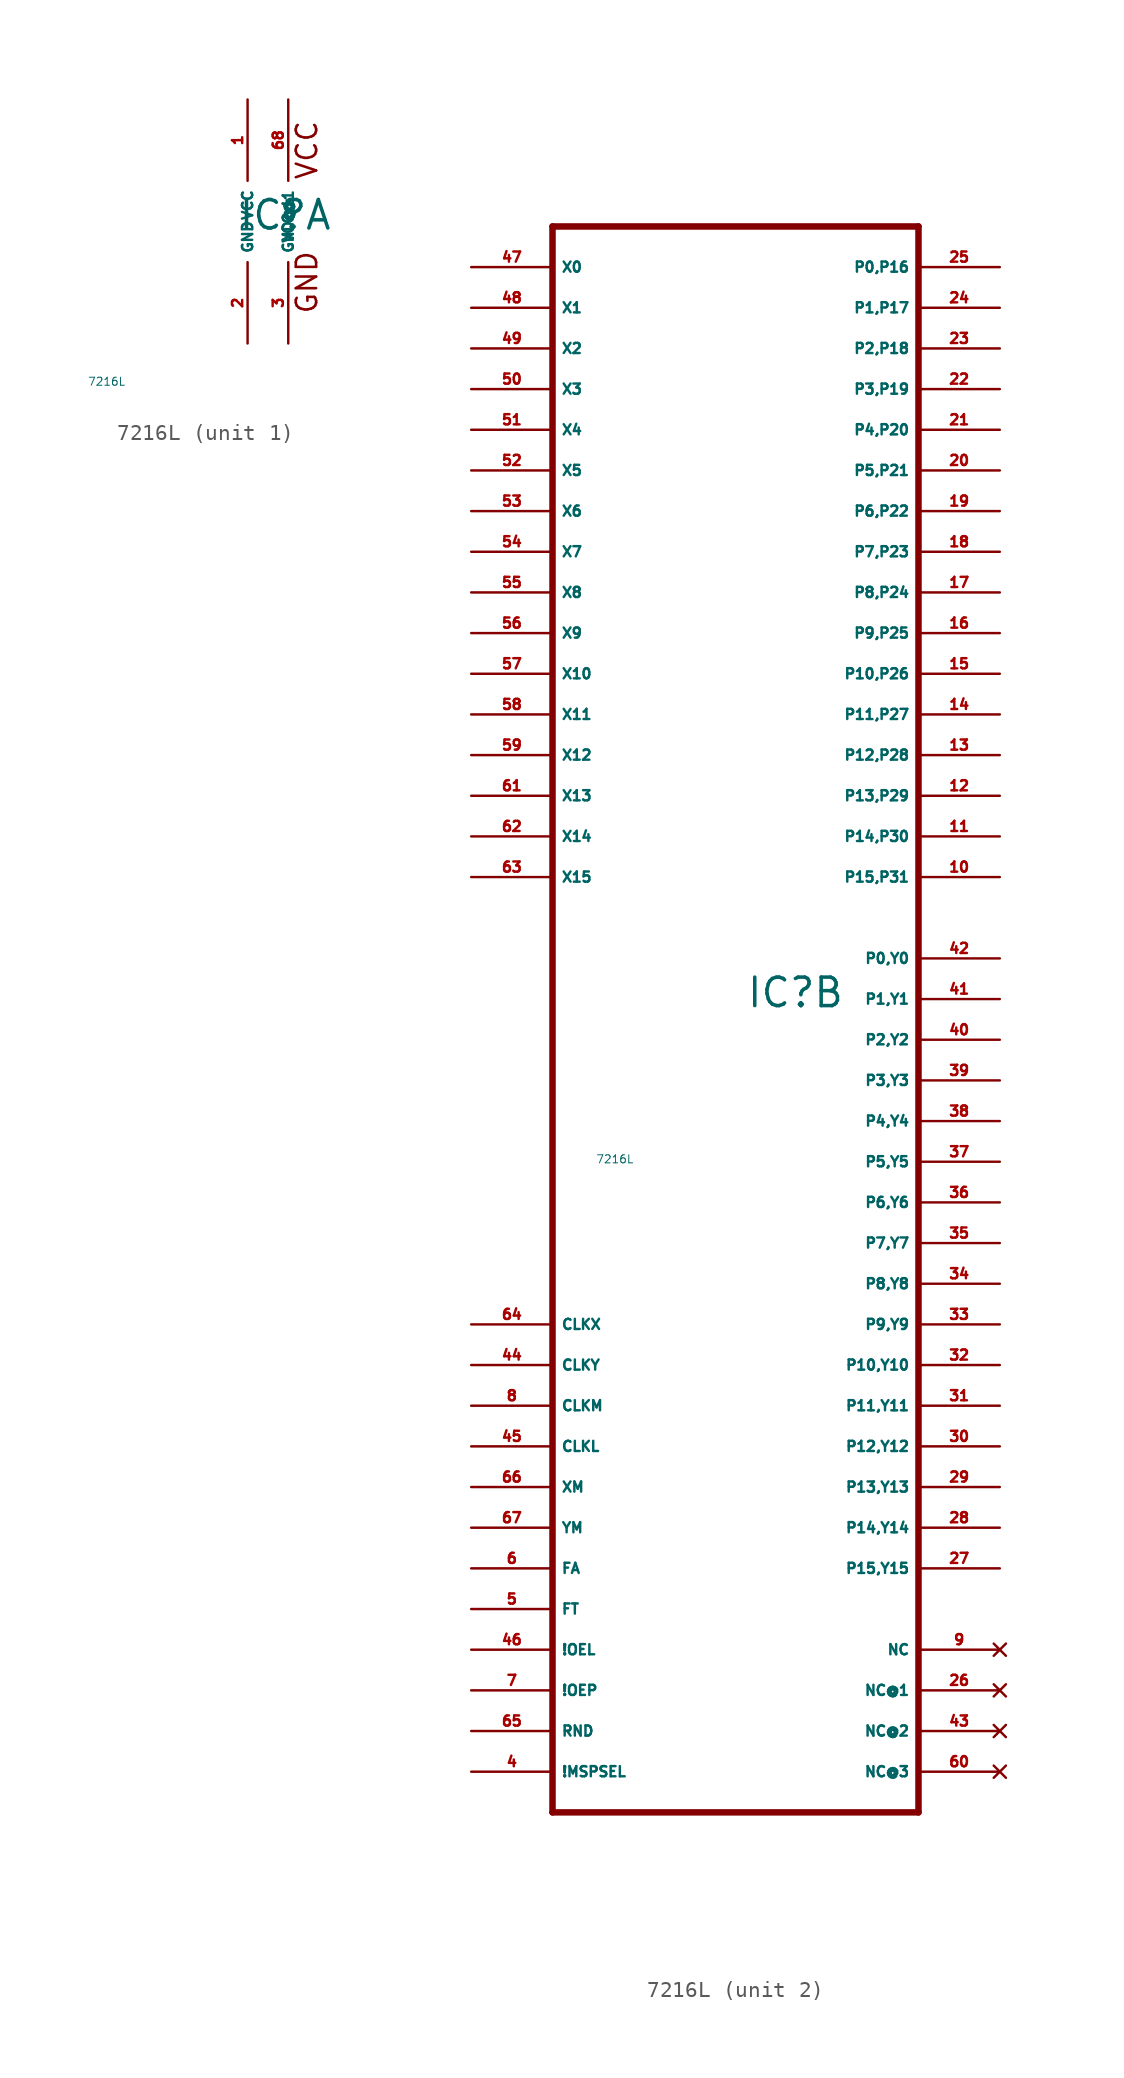
<source format=kicad_sym>
(kicad_symbol_lib
  (version 20220914)
  (generator Eagle2Kicad)
  (symbol "7216L"
    (property "Reference" "IC"
      (at -0.635 -0.635 0)
      (effects (font (size 1.778 1.778) (thickness 0.22)) (justify left bottom)))
    (property "Value" "7216L"
      (at -10 -10 0)
      (effects (font (size 0.5 0.5) (thickness 0.06)) (justify left)))
    (symbol "7216L_1_0"
      (text "VCC" (at 4.445 2.54 900) (effects (font (size 1.27 1.27) (thickness 0.16)) (justify left bottom)))
      (text "GND" (at 4.445 -5.842 900) (effects (font (size 1.27 1.27) (thickness 0.16)) (justify left bottom)))
      (pin unspecified line (at 0 7.62 270) (length 5.08) (name "VCC" (effects (font (size 0.635 0.635) (thickness 0.08)) (justify left bottom))) (number "1" (effects (font (size 0.635 0.635) (thickness 0.08)) (justify left bottom))))
      (pin unspecified line (at 0 -7.62 90) (length 5.08) (name "GND" (effects (font (size 0.635 0.635) (thickness 0.08)) (justify left bottom))) (number "2" (effects (font (size 0.635 0.635) (thickness 0.08)) (justify left bottom))))
      (pin unspecified line (at 2.54 7.62 270) (length 5.08) (name "VCC@1" (effects (font (size 0.635 0.635) (thickness 0.08)) (justify left bottom))) (number "68" (effects (font (size 0.635 0.635) (thickness 0.08)) (justify left bottom))))
      (pin unspecified line (at 2.54 -7.62 90) (length 5.08) (name "GND@1" (effects (font (size 0.635 0.635) (thickness 0.08)) (justify left bottom))) (number "3" (effects (font (size 0.635 0.635) (thickness 0.08)) (justify left bottom)))))
    (symbol "7216L_2_0"
      (polyline (pts (xy -12.7 -50.8) (xy 10.16 -50.8)) (stroke (width 0.406) (type default)) (fill (type none)))
      (polyline (pts (xy 10.16 -50.8) (xy 10.16 48.26)) (stroke (width 0.406) (type default)) (fill (type none)))
      (polyline (pts (xy 10.16 48.26) (xy -12.7 48.26)) (stroke (width 0.406) (type default)) (fill (type none)))
      (polyline (pts (xy -12.7 48.26) (xy -12.7 -50.8)) (stroke (width 0.406) (type default)) (fill (type none)))
      (pin input line (at -17.78 45.72 0) (length 5.08) (name "X0" (effects (font (size 0.635 0.635) (thickness 0.08)) (justify left bottom))) (number "47" (effects (font (size 0.635 0.635) (thickness 0.08)) (justify left bottom))))
      (pin input line (at -17.78 43.18 0) (length 5.08) (name "X1" (effects (font (size 0.635 0.635) (thickness 0.08)) (justify left bottom))) (number "48" (effects (font (size 0.635 0.635) (thickness 0.08)) (justify left bottom))))
      (pin input line (at -17.78 40.64 0) (length 5.08) (name "X2" (effects (font (size 0.635 0.635) (thickness 0.08)) (justify left bottom))) (number "49" (effects (font (size 0.635 0.635) (thickness 0.08)) (justify left bottom))))
      (pin input line (at -17.78 38.1 0) (length 5.08) (name "X3" (effects (font (size 0.635 0.635) (thickness 0.08)) (justify left bottom))) (number "50" (effects (font (size 0.635 0.635) (thickness 0.08)) (justify left bottom))))
      (pin input line (at -17.78 35.56 0) (length 5.08) (name "X4" (effects (font (size 0.635 0.635) (thickness 0.08)) (justify left bottom))) (number "51" (effects (font (size 0.635 0.635) (thickness 0.08)) (justify left bottom))))
      (pin input line (at -17.78 33.02 0) (length 5.08) (name "X5" (effects (font (size 0.635 0.635) (thickness 0.08)) (justify left bottom))) (number "52" (effects (font (size 0.635 0.635) (thickness 0.08)) (justify left bottom))))
      (pin input line (at -17.78 30.48 0) (length 5.08) (name "X6" (effects (font (size 0.635 0.635) (thickness 0.08)) (justify left bottom))) (number "53" (effects (font (size 0.635 0.635) (thickness 0.08)) (justify left bottom))))
      (pin input line (at -17.78 27.94 0) (length 5.08) (name "X7" (effects (font (size 0.635 0.635) (thickness 0.08)) (justify left bottom))) (number "54" (effects (font (size 0.635 0.635) (thickness 0.08)) (justify left bottom))))
      (pin input line (at -17.78 25.4 0) (length 5.08) (name "X8" (effects (font (size 0.635 0.635) (thickness 0.08)) (justify left bottom))) (number "55" (effects (font (size 0.635 0.635) (thickness 0.08)) (justify left bottom))))
      (pin input line (at -17.78 22.86 0) (length 5.08) (name "X9" (effects (font (size 0.635 0.635) (thickness 0.08)) (justify left bottom))) (number "56" (effects (font (size 0.635 0.635) (thickness 0.08)) (justify left bottom))))
      (pin input line (at -17.78 20.32 0) (length 5.08) (name "X10" (effects (font (size 0.635 0.635) (thickness 0.08)) (justify left bottom))) (number "57" (effects (font (size 0.635 0.635) (thickness 0.08)) (justify left bottom))))
      (pin input line (at -17.78 17.78 0) (length 5.08) (name "X11" (effects (font (size 0.635 0.635) (thickness 0.08)) (justify left bottom))) (number "58" (effects (font (size 0.635 0.635) (thickness 0.08)) (justify left bottom))))
      (pin input line (at -17.78 15.24 0) (length 5.08) (name "X12" (effects (font (size 0.635 0.635) (thickness 0.08)) (justify left bottom))) (number "59" (effects (font (size 0.635 0.635) (thickness 0.08)) (justify left bottom))))
      (pin input line (at -17.78 12.7 0) (length 5.08) (name "X13" (effects (font (size 0.635 0.635) (thickness 0.08)) (justify left bottom))) (number "61" (effects (font (size 0.635 0.635) (thickness 0.08)) (justify left bottom))))
      (pin input line (at -17.78 10.16 0) (length 5.08) (name "X14" (effects (font (size 0.635 0.635) (thickness 0.08)) (justify left bottom))) (number "62" (effects (font (size 0.635 0.635) (thickness 0.08)) (justify left bottom))))
      (pin input line (at -17.78 7.62 0) (length 5.08) (name "X15" (effects (font (size 0.635 0.635) (thickness 0.08)) (justify left bottom))) (number "63" (effects (font (size 0.635 0.635) (thickness 0.08)) (justify left bottom))))
      (pin bidirectional line (at 15.24 -35.56 180) (length 5.08) (name "P15,Y15" (effects (font (size 0.635 0.635) (thickness 0.08)) (justify left bottom))) (number "27" (effects (font (size 0.635 0.635) (thickness 0.08)) (justify left bottom))))
      (pin bidirectional line (at 15.24 -33.02 180) (length 5.08) (name "P14,Y14" (effects (font (size 0.635 0.635) (thickness 0.08)) (justify left bottom))) (number "28" (effects (font (size 0.635 0.635) (thickness 0.08)) (justify left bottom))))
      (pin bidirectional line (at 15.24 -30.48 180) (length 5.08) (name "P13,Y13" (effects (font (size 0.635 0.635) (thickness 0.08)) (justify left bottom))) (number "29" (effects (font (size 0.635 0.635) (thickness 0.08)) (justify left bottom))))
      (pin bidirectional line (at 15.24 -27.94 180) (length 5.08) (name "P12,Y12" (effects (font (size 0.635 0.635) (thickness 0.08)) (justify left bottom))) (number "30" (effects (font (size 0.635 0.635) (thickness 0.08)) (justify left bottom))))
      (pin bidirectional line (at 15.24 -25.4 180) (length 5.08) (name "P11,Y11" (effects (font (size 0.635 0.635) (thickness 0.08)) (justify left bottom))) (number "31" (effects (font (size 0.635 0.635) (thickness 0.08)) (justify left bottom))))
      (pin bidirectional line (at 15.24 -22.86 180) (length 5.08) (name "P10,Y10" (effects (font (size 0.635 0.635) (thickness 0.08)) (justify left bottom))) (number "32" (effects (font (size 0.635 0.635) (thickness 0.08)) (justify left bottom))))
      (pin bidirectional line (at 15.24 -20.32 180) (length 5.08) (name "P9,Y9" (effects (font (size 0.635 0.635) (thickness 0.08)) (justify left bottom))) (number "33" (effects (font (size 0.635 0.635) (thickness 0.08)) (justify left bottom))))
      (pin bidirectional line (at 15.24 -17.78 180) (length 5.08) (name "P8,Y8" (effects (font (size 0.635 0.635) (thickness 0.08)) (justify left bottom))) (number "34" (effects (font (size 0.635 0.635) (thickness 0.08)) (justify left bottom))))
      (pin bidirectional line (at 15.24 -15.24 180) (length 5.08) (name "P7,Y7" (effects (font (size 0.635 0.635) (thickness 0.08)) (justify left bottom))) (number "35" (effects (font (size 0.635 0.635) (thickness 0.08)) (justify left bottom))))
      (pin bidirectional line (at 15.24 -12.7 180) (length 5.08) (name "P6,Y6" (effects (font (size 0.635 0.635) (thickness 0.08)) (justify left bottom))) (number "36" (effects (font (size 0.635 0.635) (thickness 0.08)) (justify left bottom))))
      (pin bidirectional line (at 15.24 -10.16 180) (length 5.08) (name "P5,Y5" (effects (font (size 0.635 0.635) (thickness 0.08)) (justify left bottom))) (number "37" (effects (font (size 0.635 0.635) (thickness 0.08)) (justify left bottom))))
      (pin bidirectional line (at 15.24 -7.62 180) (length 5.08) (name "P4,Y4" (effects (font (size 0.635 0.635) (thickness 0.08)) (justify left bottom))) (number "38" (effects (font (size 0.635 0.635) (thickness 0.08)) (justify left bottom))))
      (pin bidirectional line (at 15.24 -5.08 180) (length 5.08) (name "P3,Y3" (effects (font (size 0.635 0.635) (thickness 0.08)) (justify left bottom))) (number "39" (effects (font (size 0.635 0.635) (thickness 0.08)) (justify left bottom))))
      (pin bidirectional line (at 15.24 -2.54 180) (length 5.08) (name "P2,Y2" (effects (font (size 0.635 0.635) (thickness 0.08)) (justify left bottom))) (number "40" (effects (font (size 0.635 0.635) (thickness 0.08)) (justify left bottom))))
      (pin bidirectional line (at 15.24 0 180) (length 5.08) (name "P1,Y1" (effects (font (size 0.635 0.635) (thickness 0.08)) (justify left bottom))) (number "41" (effects (font (size 0.635 0.635) (thickness 0.08)) (justify left bottom))))
      (pin bidirectional line (at 15.24 2.54 180) (length 5.08) (name "P0,Y0" (effects (font (size 0.635 0.635) (thickness 0.08)) (justify left bottom))) (number "42" (effects (font (size 0.635 0.635) (thickness 0.08)) (justify left bottom))))
      (pin input line (at -17.78 -20.32 0) (length 5.08) (name "CLKX" (effects (font (size 0.635 0.635) (thickness 0.08)) (justify left bottom))) (number "64" (effects (font (size 0.635 0.635) (thickness 0.08)) (justify left bottom))))
      (pin input line (at -17.78 -22.86 0) (length 5.08) (name "CLKY" (effects (font (size 0.635 0.635) (thickness 0.08)) (justify left bottom))) (number "44" (effects (font (size 0.635 0.635) (thickness 0.08)) (justify left bottom))))
      (pin input line (at -17.78 -25.4 0) (length 5.08) (name "CLKM" (effects (font (size 0.635 0.635) (thickness 0.08)) (justify left bottom))) (number "8" (effects (font (size 0.635 0.635) (thickness 0.08)) (justify left bottom))))
      (pin input line (at -17.78 -27.94 0) (length 5.08) (name "CLKL" (effects (font (size 0.635 0.635) (thickness 0.08)) (justify left bottom))) (number "45" (effects (font (size 0.635 0.635) (thickness 0.08)) (justify left bottom))))
      (pin input line (at -17.78 -30.48 0) (length 5.08) (name "XM" (effects (font (size 0.635 0.635) (thickness 0.08)) (justify left bottom))) (number "66" (effects (font (size 0.635 0.635) (thickness 0.08)) (justify left bottom))))
      (pin input line (at -17.78 -33.02 0) (length 5.08) (name "YM" (effects (font (size 0.635 0.635) (thickness 0.08)) (justify left bottom))) (number "67" (effects (font (size 0.635 0.635) (thickness 0.08)) (justify left bottom))))
      (pin input line (at -17.78 -35.56 0) (length 5.08) (name "FA" (effects (font (size 0.635 0.635) (thickness 0.08)) (justify left bottom))) (number "6" (effects (font (size 0.635 0.635) (thickness 0.08)) (justify left bottom))))
      (pin input line (at -17.78 -38.1 0) (length 5.08) (name "FT" (effects (font (size 0.635 0.635) (thickness 0.08)) (justify left bottom))) (number "5" (effects (font (size 0.635 0.635) (thickness 0.08)) (justify left bottom))))
      (pin input line (at -17.78 -40.64 0) (length 5.08) (name "!OEL" (effects (font (size 0.635 0.635) (thickness 0.08)) (justify left bottom))) (number "46" (effects (font (size 0.635 0.635) (thickness 0.08)) (justify left bottom))))
      (pin input line (at -17.78 -43.18 0) (length 5.08) (name "!OEP" (effects (font (size 0.635 0.635) (thickness 0.08)) (justify left bottom))) (number "7" (effects (font (size 0.635 0.635) (thickness 0.08)) (justify left bottom))))
      (pin input line (at -17.78 -45.72 0) (length 5.08) (name "RND" (effects (font (size 0.635 0.635) (thickness 0.08)) (justify left bottom))) (number "65" (effects (font (size 0.635 0.635) (thickness 0.08)) (justify left bottom))))
      (pin input line (at -17.78 -48.26 0) (length 5.08) (name "!MSPSEL" (effects (font (size 0.635 0.635) (thickness 0.08)) (justify left bottom))) (number "4" (effects (font (size 0.635 0.635) (thickness 0.08)) (justify left bottom))))
      (pin output line (at 15.24 45.72 180) (length 5.08) (name "P0,P16" (effects (font (size 0.635 0.635) (thickness 0.08)) (justify left bottom))) (number "25" (effects (font (size 0.635 0.635) (thickness 0.08)) (justify left bottom))))
      (pin output line (at 15.24 43.18 180) (length 5.08) (name "P1,P17" (effects (font (size 0.635 0.635) (thickness 0.08)) (justify left bottom))) (number "24" (effects (font (size 0.635 0.635) (thickness 0.08)) (justify left bottom))))
      (pin output line (at 15.24 40.64 180) (length 5.08) (name "P2,P18" (effects (font (size 0.635 0.635) (thickness 0.08)) (justify left bottom))) (number "23" (effects (font (size 0.635 0.635) (thickness 0.08)) (justify left bottom))))
      (pin output line (at 15.24 38.1 180) (length 5.08) (name "P3,P19" (effects (font (size 0.635 0.635) (thickness 0.08)) (justify left bottom))) (number "22" (effects (font (size 0.635 0.635) (thickness 0.08)) (justify left bottom))))
      (pin output line (at 15.24 35.56 180) (length 5.08) (name "P4,P20" (effects (font (size 0.635 0.635) (thickness 0.08)) (justify left bottom))) (number "21" (effects (font (size 0.635 0.635) (thickness 0.08)) (justify left bottom))))
      (pin output line (at 15.24 33.02 180) (length 5.08) (name "P5,P21" (effects (font (size 0.635 0.635) (thickness 0.08)) (justify left bottom))) (number "20" (effects (font (size 0.635 0.635) (thickness 0.08)) (justify left bottom))))
      (pin output line (at 15.24 30.48 180) (length 5.08) (name "P6,P22" (effects (font (size 0.635 0.635) (thickness 0.08)) (justify left bottom))) (number "19" (effects (font (size 0.635 0.635) (thickness 0.08)) (justify left bottom))))
      (pin output line (at 15.24 27.94 180) (length 5.08) (name "P7,P23" (effects (font (size 0.635 0.635) (thickness 0.08)) (justify left bottom))) (number "18" (effects (font (size 0.635 0.635) (thickness 0.08)) (justify left bottom))))
      (pin output line (at 15.24 25.4 180) (length 5.08) (name "P8,P24" (effects (font (size 0.635 0.635) (thickness 0.08)) (justify left bottom))) (number "17" (effects (font (size 0.635 0.635) (thickness 0.08)) (justify left bottom))))
      (pin output line (at 15.24 22.86 180) (length 5.08) (name "P9,P25" (effects (font (size 0.635 0.635) (thickness 0.08)) (justify left bottom))) (number "16" (effects (font (size 0.635 0.635) (thickness 0.08)) (justify left bottom))))
      (pin output line (at 15.24 20.32 180) (length 5.08) (name "P10,P26" (effects (font (size 0.635 0.635) (thickness 0.08)) (justify left bottom))) (number "15" (effects (font (size 0.635 0.635) (thickness 0.08)) (justify left bottom))))
      (pin output line (at 15.24 17.78 180) (length 5.08) (name "P11,P27" (effects (font (size 0.635 0.635) (thickness 0.08)) (justify left bottom))) (number "14" (effects (font (size 0.635 0.635) (thickness 0.08)) (justify left bottom))))
      (pin output line (at 15.24 15.24 180) (length 5.08) (name "P12,P28" (effects (font (size 0.635 0.635) (thickness 0.08)) (justify left bottom))) (number "13" (effects (font (size 0.635 0.635) (thickness 0.08)) (justify left bottom))))
      (pin output line (at 15.24 12.7 180) (length 5.08) (name "P13,P29" (effects (font (size 0.635 0.635) (thickness 0.08)) (justify left bottom))) (number "12" (effects (font (size 0.635 0.635) (thickness 0.08)) (justify left bottom))))
      (pin output line (at 15.24 10.16 180) (length 5.08) (name "P14,P30" (effects (font (size 0.635 0.635) (thickness 0.08)) (justify left bottom))) (number "11" (effects (font (size 0.635 0.635) (thickness 0.08)) (justify left bottom))))
      (pin output line (at 15.24 7.62 180) (length 5.08) (name "P15,P31" (effects (font (size 0.635 0.635) (thickness 0.08)) (justify left bottom))) (number "10" (effects (font (size 0.635 0.635) (thickness 0.08)) (justify left bottom))))
      (pin no_connect line (at 15.24 -40.64 180) (length 5.08) (name "NC" (effects (font (size 0.635 0.635) (thickness 0.08)) (justify left bottom) hide)) (number "9" (effects (font (size 0.635 0.635) (thickness 0.08)) (justify left bottom) hide)))
      (pin no_connect line (at 15.24 -43.18 180) (length 5.08) (name "NC@1" (effects (font (size 0.635 0.635) (thickness 0.08)) (justify left bottom) hide)) (number "26" (effects (font (size 0.635 0.635) (thickness 0.08)) (justify left bottom) hide)))
      (pin no_connect line (at 15.24 -45.72 180) (length 5.08) (name "NC@2" (effects (font (size 0.635 0.635) (thickness 0.08)) (justify left bottom) hide)) (number "43" (effects (font (size 0.635 0.635) (thickness 0.08)) (justify left bottom) hide)))
      (pin no_connect line (at 15.24 -48.26 180) (length 5.08) (name "NC@3" (effects (font (size 0.635 0.635) (thickness 0.08)) (justify left bottom) hide)) (number "60" (effects (font (size 0.635 0.635) (thickness 0.08)) (justify left bottom) hide))))))
</source>
